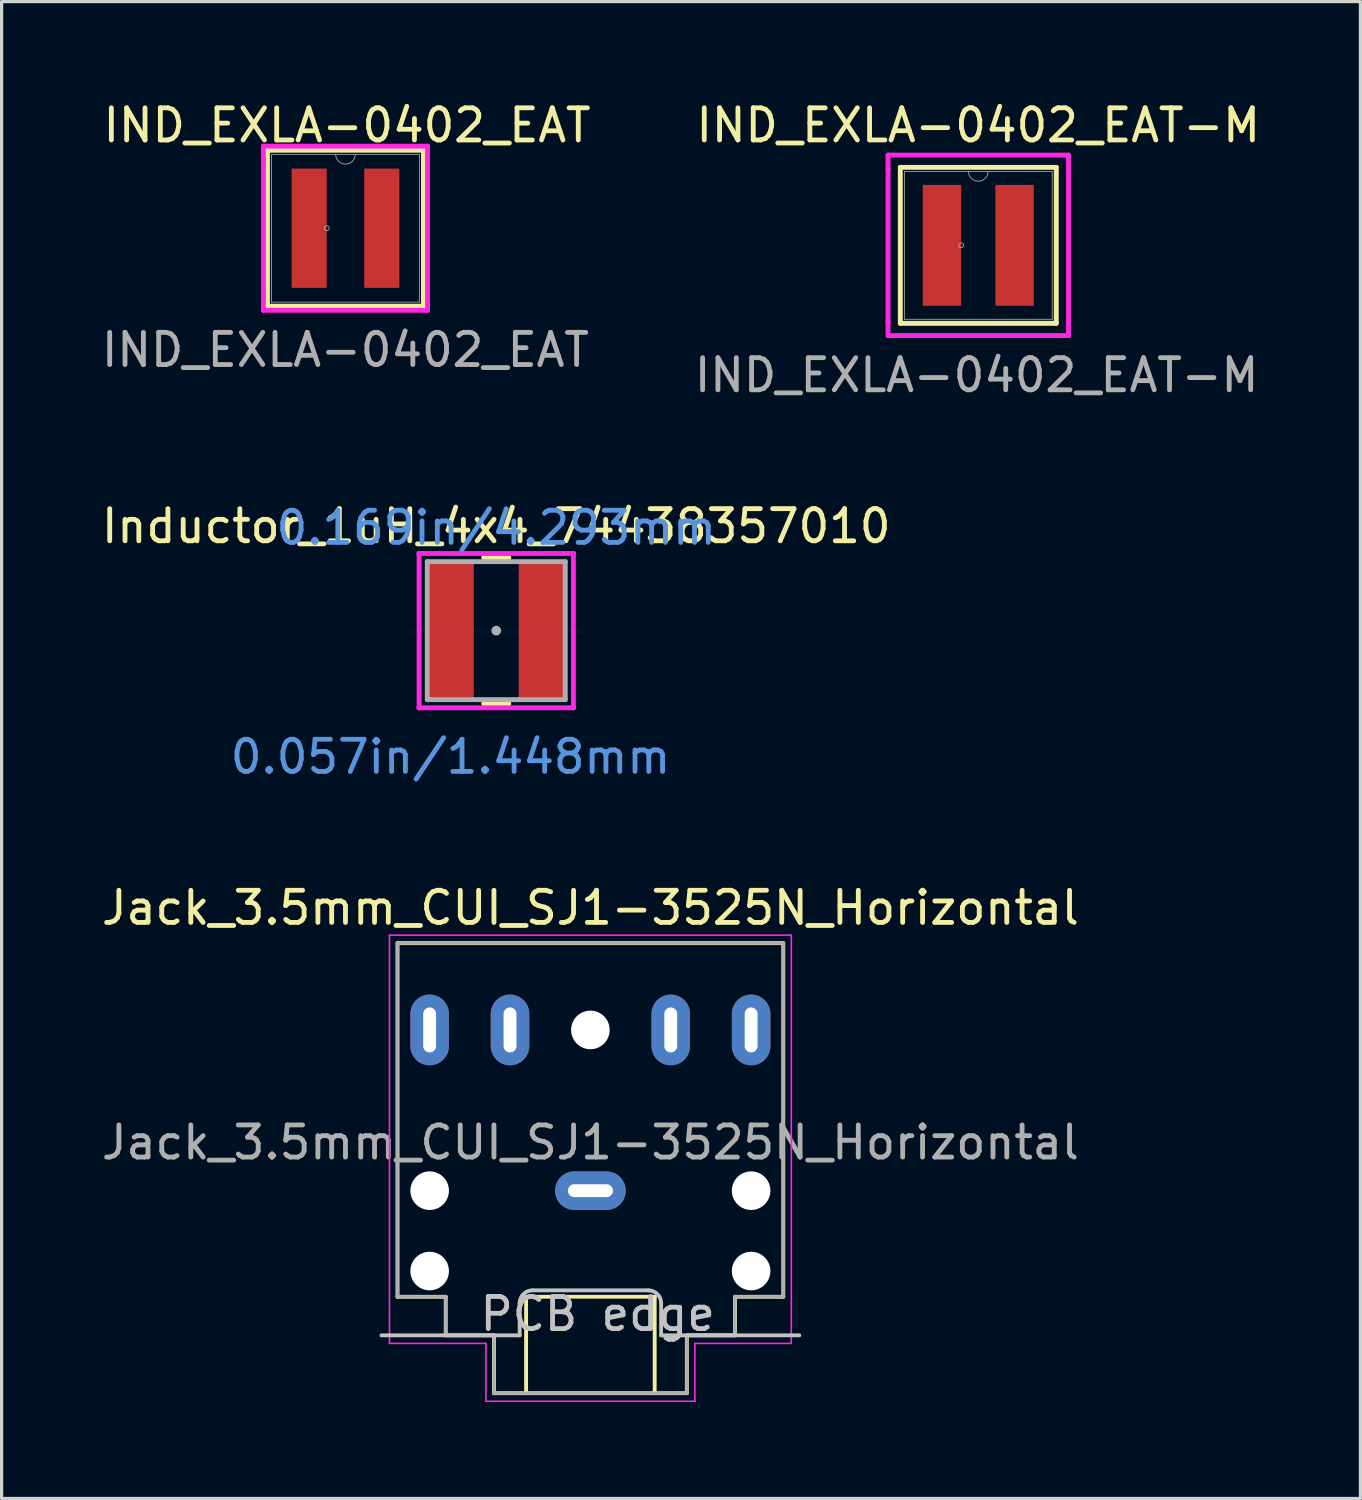
<source format=kicad_pcb>
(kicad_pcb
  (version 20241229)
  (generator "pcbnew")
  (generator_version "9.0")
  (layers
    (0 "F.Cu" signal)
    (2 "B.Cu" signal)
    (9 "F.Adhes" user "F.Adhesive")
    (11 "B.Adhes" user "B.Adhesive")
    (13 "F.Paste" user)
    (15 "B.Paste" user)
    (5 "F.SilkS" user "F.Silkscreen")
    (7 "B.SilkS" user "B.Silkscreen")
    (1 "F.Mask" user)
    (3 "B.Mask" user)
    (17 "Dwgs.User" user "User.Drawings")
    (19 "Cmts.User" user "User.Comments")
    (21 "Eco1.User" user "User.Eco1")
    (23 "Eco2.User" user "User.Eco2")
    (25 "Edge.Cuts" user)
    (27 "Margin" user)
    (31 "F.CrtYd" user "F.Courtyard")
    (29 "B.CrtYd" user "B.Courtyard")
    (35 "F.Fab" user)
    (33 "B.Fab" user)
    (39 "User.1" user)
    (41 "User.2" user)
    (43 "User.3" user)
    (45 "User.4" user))
  (footprint "IND_EXLA-0402_EAT-M"
    (layer "F.Cu")
    (at 27.381 4.582)
    (property "Reference" "IND_EXLA-0402_EAT-M" (at 0 -3.734 0) (unlocked yes) (layer "F.SilkS") (effects (font (size 1 1) (thickness 0.15))))
    (attr smd)
    (fp_line (start -2.426 -2.426) (end -2.426 2.426) (stroke (width 0.152) (type solid)) (layer "F.SilkS"))
    (fp_line (start -2.426 2.426) (end 2.426 2.426) (stroke (width 0.152) (type solid)) (layer "F.SilkS"))
    (fp_line (start 2.426 -2.426) (end -2.426 -2.426) (stroke (width 0.152) (type solid)) (layer "F.SilkS"))
    (fp_line (start 2.426 2.426) (end 2.426 -2.426) (stroke (width 0.152) (type solid)) (layer "F.SilkS"))
    (fp_line (start -2.807 -2.807) (end 2.807 -2.807) (stroke (width 0.152) (type solid)) (layer "F.CrtYd"))
    (fp_line (start -2.807 -2.388) (end -2.807 -2.807) (stroke (width 0.152) (type solid)) (layer "F.CrtYd"))
    (fp_line (start -2.807 -2.388) (end -2.807 -2.388) (stroke (width 0.152) (type solid)) (layer "F.CrtYd"))
    (fp_line (start -2.807 2.388) (end -2.807 -2.388) (stroke (width 0.152) (type solid)) (layer "F.CrtYd"))
    (fp_line (start -2.807 2.388) (end -2.807 2.388) (stroke (width 0.152) (type solid)) (layer "F.CrtYd"))
    (fp_line (start -2.807 2.807) (end -2.807 2.388) (stroke (width 0.152) (type solid)) (layer "F.CrtYd"))
    (fp_line (start 2.807 -2.807) (end 2.807 -2.388) (stroke (width 0.152) (type solid)) (layer "F.CrtYd"))
    (fp_line (start 2.807 -2.388) (end 2.807 -2.388) (stroke (width 0.152) (type solid)) (layer "F.CrtYd"))
    (fp_line (start 2.807 -2.388) (end 2.807 2.388) (stroke (width 0.152) (type solid)) (layer "F.CrtYd"))
    (fp_line (start 2.807 2.388) (end 2.807 2.388) (stroke (width 0.152) (type solid)) (layer "F.CrtYd"))
    (fp_line (start 2.807 2.388) (end 2.807 2.807) (stroke (width 0.152) (type solid)) (layer "F.CrtYd"))
    (fp_line (start 2.807 2.807) (end -2.807 2.807) (stroke (width 0.152) (type solid)) (layer "F.CrtYd"))
    (fp_line (start -2.299 -2.299) (end -2.299 2.299) (stroke (width 0.025) (type solid)) (layer "F.Fab"))
    (fp_line (start -2.299 2.299) (end 2.299 2.299) (stroke (width 0.025) (type solid)) (layer "F.Fab"))
    (fp_line (start 2.299 -2.299) (end -2.299 -2.299) (stroke (width 0.025) (type solid)) (layer "F.Fab"))
    (fp_line (start 2.299 2.299) (end 2.299 -2.299) (stroke (width 0.025) (type solid)) (layer "F.Fab"))
    (fp_arc (start 0.3048 -2.2987) (mid 0 -1.9939) (end -0.3048 -2.2987) (stroke (width 0.0254) (type solid)) (layer "F.Fab"))
    (fp_circle (center -0.533 0) (end -0.457 0) (stroke (width 0.025) (type solid)) (fill no) (layer "F.Fab"))
    (fp_text user "${REFERENCE}" (at -0.051 4.039 0) (unlocked yes) (layer "F.Fab") (effects (font (size 1 1) (thickness 0.15))))
    (pad "1" smd rect (at -1.13 0) (size 1.194 3.759) (layers "F.Cu" "F.Mask" "F.Paste"))
    (pad "2" smd rect (at 1.13 0) (size 1.194 3.759) (layers "F.Cu" "F.Mask" "F.Paste")))
  (footprint "IND_EXLA-0402_EAT"
    (layer "F.Cu")
    (at 7.696 4.049)
    (property "Reference" "IND_EXLA-0402_EAT" (at 0.051 -3.2 0) (unlocked yes) (layer "F.SilkS") (effects (font (size 1 1) (thickness 0.15))))
    (attr smd)
    (fp_line (start -2.426 -2.426) (end -2.426 2.426) (stroke (width 0.152) (type solid)) (layer "F.SilkS"))
    (fp_line (start -2.426 2.426) (end 2.426 2.426) (stroke (width 0.152) (type solid)) (layer "F.SilkS"))
    (fp_line (start 2.426 -2.426) (end -2.426 -2.426) (stroke (width 0.152) (type solid)) (layer "F.SilkS"))
    (fp_line (start 2.426 2.426) (end 2.426 -2.426) (stroke (width 0.152) (type solid)) (layer "F.SilkS"))
    (fp_line (start -2.553 -2.553) (end 2.553 -2.553) (stroke (width 0.152) (type solid)) (layer "F.CrtYd"))
    (fp_line (start -2.553 -2.108) (end -2.553 -2.553) (stroke (width 0.152) (type solid)) (layer "F.CrtYd"))
    (fp_line (start -2.553 -2.108) (end -2.553 -2.108) (stroke (width 0.152) (type solid)) (layer "F.CrtYd"))
    (fp_line (start -2.553 2.108) (end -2.553 -2.108) (stroke (width 0.152) (type solid)) (layer "F.CrtYd"))
    (fp_line (start -2.553 2.108) (end -2.553 2.108) (stroke (width 0.152) (type solid)) (layer "F.CrtYd"))
    (fp_line (start -2.553 2.553) (end -2.553 2.108) (stroke (width 0.152) (type solid)) (layer "F.CrtYd"))
    (fp_line (start 2.553 -2.553) (end 2.553 -2.108) (stroke (width 0.152) (type solid)) (layer "F.CrtYd"))
    (fp_line (start 2.553 -2.108) (end 2.553 -2.108) (stroke (width 0.152) (type solid)) (layer "F.CrtYd"))
    (fp_line (start 2.553 -2.108) (end 2.553 2.108) (stroke (width 0.152) (type solid)) (layer "F.CrtYd"))
    (fp_line (start 2.553 2.108) (end 2.553 2.108) (stroke (width 0.152) (type solid)) (layer "F.CrtYd"))
    (fp_line (start 2.553 2.108) (end 2.553 2.553) (stroke (width 0.152) (type solid)) (layer "F.CrtYd"))
    (fp_line (start 2.553 2.553) (end -2.553 2.553) (stroke (width 0.152) (type solid)) (layer "F.CrtYd"))
    (fp_line (start -2.299 -2.299) (end -2.299 2.299) (stroke (width 0.025) (type solid)) (layer "F.Fab"))
    (fp_line (start -2.299 2.299) (end 2.299 2.299) (stroke (width 0.025) (type solid)) (layer "F.Fab"))
    (fp_line (start 2.299 -2.299) (end -2.299 -2.299) (stroke (width 0.025) (type solid)) (layer "F.Fab"))
    (fp_line (start 2.299 2.299) (end 2.299 -2.299) (stroke (width 0.025) (type solid)) (layer "F.Fab"))
    (fp_arc (start 0.3048 -2.2987) (mid 0 -1.9939) (end -0.3048 -2.2987) (stroke (width 0.0254) (type solid)) (layer "F.Fab"))
    (fp_circle (center -0.584 0) (end -0.508 0) (stroke (width 0.025) (type solid)) (fill no) (layer "F.Fab"))
    (fp_text user "${REFERENCE}" (at 0 3.785 0) (unlocked yes) (layer "F.Fab") (effects (font (size 1 1) (thickness 0.15))))
    (pad "1" smd rect (at -1.13 0) (size 1.092 3.708) (layers "F.Cu" "F.Mask" "F.Paste"))
    (pad "2" smd rect (at 1.13 0) (size 1.092 3.708) (layers "F.Cu" "F.Mask" "F.Paste")))
  (footprint "Jack_3.5mm_CUI_SJ1-3525N_Horizontal"
    (layer "F.Cu")
    (at 15.315 33.988)
    (property "Reference" "Jack_3.5mm_CUI_SJ1-3525N_Horizontal" (at 0 -8.8 0) (layer "F.SilkS") (effects (font (size 1 1) (thickness 0.15))))
    (attr through_hole exclude_from_pos_files exclude_from_bom)
    (fp_line (start -6 -7.7) (end 6 -7.7) (stroke (width 0.12) (type solid)) (layer "F.SilkS"))
    (fp_line (start -6 3.3) (end -6 -7.7) (stroke (width 0.12) (type solid)) (layer "F.SilkS"))
    (fp_line (start -4.5 3.3) (end -6 3.3) (stroke (width 0.12) (type solid)) (layer "F.SilkS"))
    (fp_line (start -4.5 4.5) (end -4.5 3.3) (stroke (width 0.12) (type solid)) (layer "F.SilkS"))
    (fp_line (start -3 4.5) (end -4.5 4.5) (stroke (width 0.12) (type solid)) (layer "F.SilkS"))
    (fp_line (start -3 6.3) (end -3 4.5) (stroke (width 0.12) (type solid)) (layer "F.SilkS"))
    (fp_line (start -2 3.3) (end -2 6.3) (stroke (width 0.12) (type solid)) (layer "F.SilkS"))
    (fp_line (start 2 3.3) (end -2 3.3) (stroke (width 0.12) (type solid)) (layer "F.SilkS"))
    (fp_line (start 2 6.3) (end 2 3.3) (stroke (width 0.12) (type solid)) (layer "F.SilkS"))
    (fp_line (start 3 4.5) (end 3 6.3) (stroke (width 0.12) (type solid)) (layer "F.SilkS"))
    (fp_line (start 3 6.3) (end -3 6.3) (stroke (width 0.12) (type solid)) (layer "F.SilkS"))
    (fp_line (start 4.5 3.3) (end 4.5 4.5) (stroke (width 0.12) (type solid)) (layer "F.SilkS"))
    (fp_line (start 4.5 4.5) (end 3 4.5) (stroke (width 0.12) (type solid)) (layer "F.SilkS"))
    (fp_line (start 6 -7.7) (end 6 3.3) (stroke (width 0.12) (type solid)) (layer "F.SilkS"))
    (fp_line (start 6 3.3) (end 4.5 3.3) (stroke (width 0.12) (type solid)) (layer "F.SilkS"))
    (fp_line (start -2.2 3.5) (end -2.2 4.5) (stroke (width 0.12) (type solid)) (layer "Dwgs.User"))
    (fp_line (start -2.2 4.5) (end -6.5 4.5) (stroke (width 0.12) (type solid)) (layer "Dwgs.User"))
    (fp_line (start 1.8 3.1) (end -1.8 3.1) (stroke (width 0.12) (type solid)) (layer "Dwgs.User"))
    (fp_line (start 2.2 3.5) (end 2.2 4.5) (stroke (width 0.12) (type solid)) (layer "Dwgs.User"))
    (fp_line (start 2.2 4.5) (end 6.5 4.5) (stroke (width 0.12) (type solid)) (layer "Dwgs.User"))
    (fp_arc (start -2.2 3.5) (mid -2.082842 3.217158) (end -1.8 3.1) (stroke (width 0.12) (type solid)) (layer "Dwgs.User"))
    (fp_arc (start 1.8 3.1) (mid 2.082843 3.217157) (end 2.2 3.5) (stroke (width 0.12) (type solid)) (layer "Dwgs.User"))
    (fp_line (start -6.25 -7.95) (end -6.25 4.75) (stroke (width 0.05) (type solid)) (layer "F.CrtYd"))
    (fp_line (start -6.25 4.75) (end -3.25 4.75) (stroke (width 0.05) (type solid)) (layer "F.CrtYd"))
    (fp_line (start -3.25 4.75) (end -3.25 6.55) (stroke (width 0.05) (type solid)) (layer "F.CrtYd"))
    (fp_line (start -3.25 6.55) (end 3.25 6.55) (stroke (width 0.05) (type solid)) (layer "F.CrtYd"))
    (fp_line (start 3.25 4.75) (end 6.25 4.75) (stroke (width 0.05) (type solid)) (layer "F.CrtYd"))
    (fp_line (start 3.25 6.55) (end 3.25 4.75) (stroke (width 0.05) (type solid)) (layer "F.CrtYd"))
    (fp_line (start 6.25 -7.95) (end -6.25 -7.95) (stroke (width 0.05) (type solid)) (layer "F.CrtYd"))
    (fp_line (start 6.25 4.5) (end 6.25 -7.95) (stroke (width 0.05) (type solid)) (layer "F.CrtYd"))
    (fp_line (start 6.25 4.75) (end 6.25 4.5) (stroke (width 0.05) (type solid)) (layer "F.CrtYd"))
    (fp_line (start -6 -7.7) (end 6 -7.7) (stroke (width 0.1) (type solid)) (layer "F.Fab"))
    (fp_line (start -6 3.3) (end -6 -7.7) (stroke (width 0.1) (type solid)) (layer "F.Fab"))
    (fp_line (start -4.5 3.3) (end -6 3.3) (stroke (width 0.1) (type solid)) (layer "F.Fab"))
    (fp_line (start -4.5 4.5) (end -4.5 3.3) (stroke (width 0.1) (type solid)) (layer "F.Fab"))
    (fp_line (start -4.5 4.5) (end -3 4.5) (stroke (width 0.1) (type solid)) (layer "F.Fab"))
    (fp_line (start -3 4.5) (end -3 6.3) (stroke (width 0.1) (type solid)) (layer "F.Fab"))
    (fp_line (start -3 6.3) (end 3 6.3) (stroke (width 0.1) (type solid)) (layer "F.Fab"))
    (fp_line (start 3 4.5) (end 3 6.3) (stroke (width 0.1) (type solid)) (layer "F.Fab"))
    (fp_line (start 4.5 3.3) (end 6 3.3) (stroke (width 0.1) (type solid)) (layer "F.Fab"))
    (fp_line (start 4.5 4.5) (end 3 4.5) (stroke (width 0.1) (type solid)) (layer "F.Fab"))
    (fp_line (start 4.5 4.5) (end 4.5 3.3) (stroke (width 0.1) (type solid)) (layer "F.Fab"))
    (fp_line (start 6 3.3) (end 6 -7.7) (stroke (width 0.1) (type solid)) (layer "F.Fab"))
    (fp_text user "PCB edge" (at 0.229 3.835 0) (unlocked yes) (layer "Dwgs.User") (effects (font (size 1 1) (thickness 0.15))))
    (fp_text user "${REFERENCE}" (at 0 -1.5 0) (layer "F.Fab") (effects (font (size 1 1) (thickness 0.15))))
    (pad "" np_thru_hole circle (at -5 0) (size 1.2 1.2) (drill 1.2) (layers "*.Cu"))
    (pad "" np_thru_hole circle (at -5 2.5) (size 1.2 1.2) (drill 1.2) (layers "*.Cu"))
    (pad "" np_thru_hole circle (at 0 -5) (size 1.2 1.2) (drill 1.2) (layers "*.Cu"))
    (pad "" np_thru_hole circle (at 5 0) (size 1.2 1.2) (drill 1.2) (layers "*.Cu"))
    (pad "" np_thru_hole circle (at 5 2.5) (size 1.2 1.2) (drill 1.2) (layers "*.Cu"))
    (pad "1" thru_hole oval (at 0 0) (size 2.2 1.2) (drill oval 1.4 0.4) (layers "*.Cu" "*.Mask"))
    (pad "2" thru_hole oval (at -5 -5) (size 1.2 2.2) (drill oval 0.4 1.4) (layers "*.Cu" "*.Mask"))
    (pad "3" thru_hole oval (at -2.5 -5) (size 1.2 2.2) (drill oval 0.4 1.4) (layers "*.Cu" "*.Mask"))
    (pad "4" thru_hole oval (at 2.5 -5 180) (size 1.2 2.2) (drill oval 0.4 1.4) (layers "*.Cu" "*.Mask"))
    (pad "5" thru_hole oval (at 5 -5 180) (size 1.2 2.2) (drill oval 0.4 1.4) (layers "*.Cu" "*.Mask")))
  (footprint "Inductor_1uH_4x4_74438357010"
    (layer "F.Cu")
    (at 12.387 16.567)
    (property "Reference" "Inductor_1uH_4x4_74438357010" (at 0 -3.25 0) (layer "F.SilkS") (effects (font (size 1 1) (thickness 0.15))))
    (attr through_hole)
    (fp_line (start -0.391 2.273) (end 0.391 2.273) (stroke (width 0.152) (type solid)) (layer "F.SilkS"))
    (fp_line (start 0.391 -2.273) (end -0.391 -2.273) (stroke (width 0.152) (type solid)) (layer "F.SilkS"))
    (fp_line (start -2.4 -2.4) (end -2.4 -2.4) (stroke (width 0.152) (type solid)) (layer "F.CrtYd"))
    (fp_line (start -2.4 -2.4) (end -2.4 -2.4) (stroke (width 0.152) (type solid)) (layer "F.CrtYd"))
    (fp_line (start -2.4 -2.4) (end 2.4 -2.4) (stroke (width 0.152) (type solid)) (layer "F.CrtYd"))
    (fp_line (start -2.4 2.4) (end -2.4 -2.4) (stroke (width 0.152) (type solid)) (layer "F.CrtYd"))
    (fp_line (start -2.4 2.4) (end -2.4 2.4) (stroke (width 0.152) (type solid)) (layer "F.CrtYd"))
    (fp_line (start -2.4 2.4) (end -2.4 2.4) (stroke (width 0.152) (type solid)) (layer "F.CrtYd"))
    (fp_line (start 2.4 -2.4) (end 2.4 -2.4) (stroke (width 0.152) (type solid)) (layer "F.CrtYd"))
    (fp_line (start 2.4 -2.4) (end 2.4 -2.4) (stroke (width 0.152) (type solid)) (layer "F.CrtYd"))
    (fp_line (start 2.4 -2.4) (end 2.4 2.4) (stroke (width 0.152) (type solid)) (layer "F.CrtYd"))
    (fp_line (start 2.4 2.4) (end -2.4 2.4) (stroke (width 0.152) (type solid)) (layer "F.CrtYd"))
    (fp_line (start 2.4 2.4) (end 2.4 2.4) (stroke (width 0.152) (type solid)) (layer "F.CrtYd"))
    (fp_line (start 2.4 2.4) (end 2.4 2.4) (stroke (width 0.152) (type solid)) (layer "F.CrtYd"))
    (fp_line (start -2.146 -2.146) (end -2.146 2.146) (stroke (width 0.152) (type solid)) (layer "F.Fab"))
    (fp_line (start -2.146 2.146) (end 2.146 2.146) (stroke (width 0.152) (type solid)) (layer "F.Fab"))
    (fp_line (start 2.146 -2.146) (end -2.146 -2.146) (stroke (width 0.152) (type solid)) (layer "F.Fab"))
    (fp_line (start 2.146 2.146) (end 2.146 -2.146) (stroke (width 0.152) (type solid)) (layer "F.Fab"))
    (fp_circle (center 0 0) (end 0.076 0) (stroke (width 0.152) (type solid)) (fill no) (layer "F.Fab"))
    (fp_text user "Copyright 2016 Accelerated Designs. All rights reserved." (at 0 0 0) (layer "Cmts.User") (effects (font (size 0.127 0.127) (thickness 0.002))))
    (fp_text user "0.057in/1.448mm" (at -1.422 3.924 0) (layer "Cmts.User") (effects (font (size 1 1) (thickness 0.15))))
    (fp_text user "0.169in/4.293mm" (at 0 -3.2 0) (layer "Cmts.User") (effects (font (size 1 1) (thickness 0.15))))
    (pad "1" smd rect (at -1.422 0) (size 1.448 4.293) (layers "F.Cu" "F.Mask" "F.Paste"))
    (pad "2" smd rect (at 1.422 0) (size 1.448 4.293) (layers "F.Cu" "F.Mask" "F.Paste")))
  (gr_rect
    (start -3 -3)
    (end 39.268 43.563)
    (stroke (width 0.1) (type default))
    (fill no)
    (layer "Edge.Cuts")))
</source>
